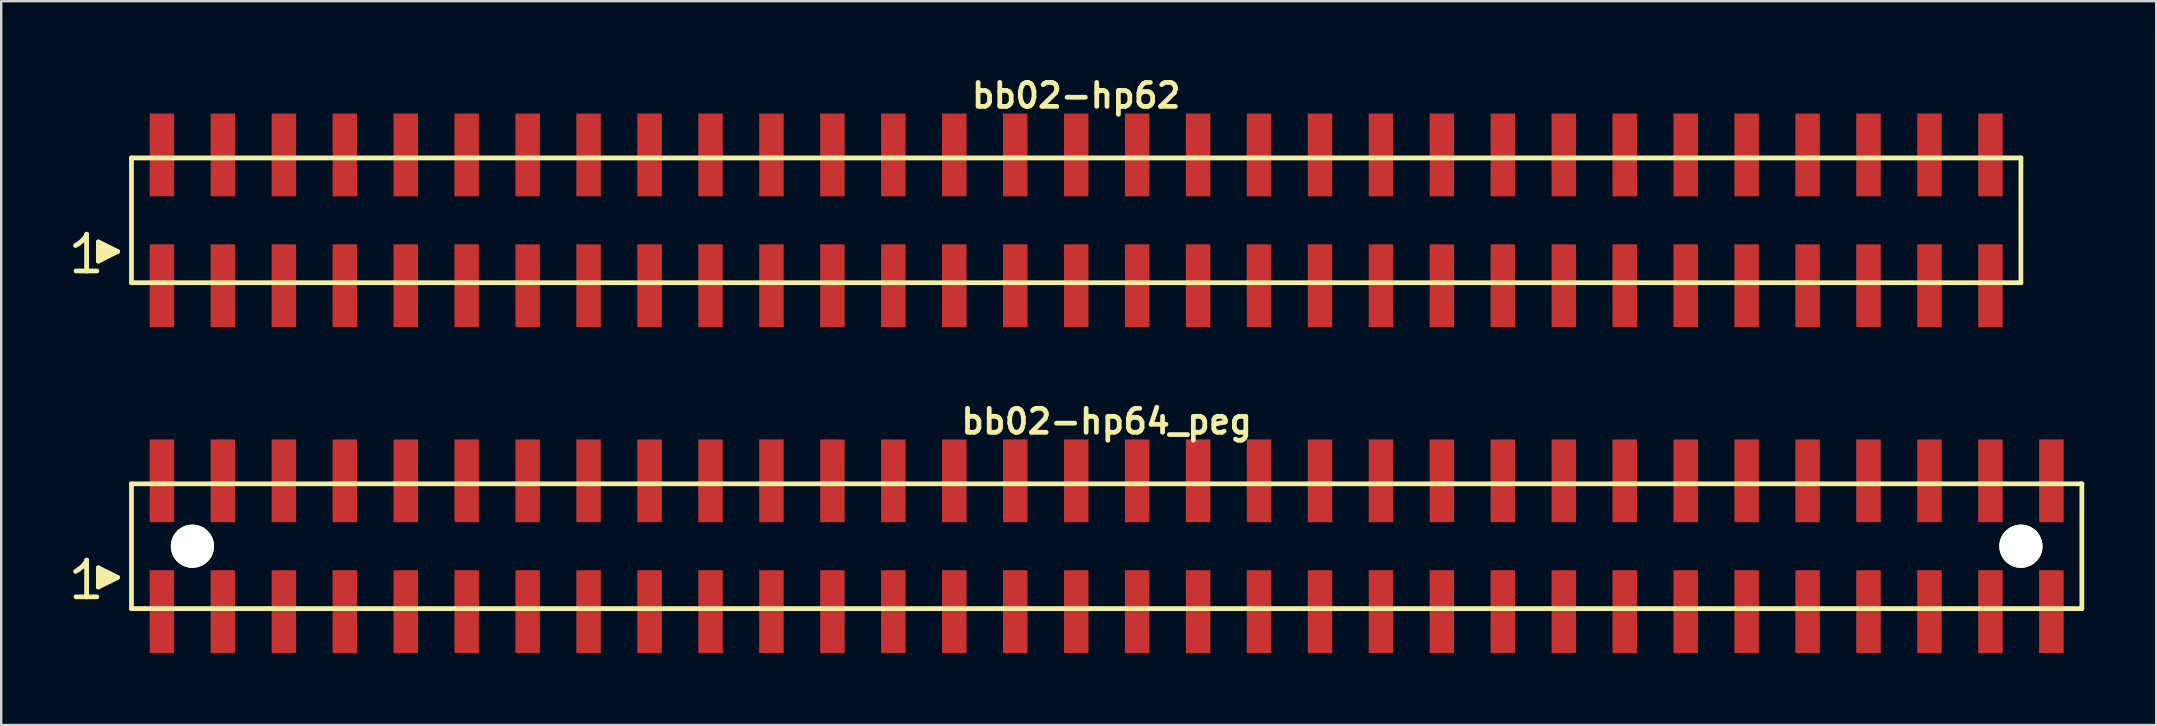
<source format=kicad_pcb>
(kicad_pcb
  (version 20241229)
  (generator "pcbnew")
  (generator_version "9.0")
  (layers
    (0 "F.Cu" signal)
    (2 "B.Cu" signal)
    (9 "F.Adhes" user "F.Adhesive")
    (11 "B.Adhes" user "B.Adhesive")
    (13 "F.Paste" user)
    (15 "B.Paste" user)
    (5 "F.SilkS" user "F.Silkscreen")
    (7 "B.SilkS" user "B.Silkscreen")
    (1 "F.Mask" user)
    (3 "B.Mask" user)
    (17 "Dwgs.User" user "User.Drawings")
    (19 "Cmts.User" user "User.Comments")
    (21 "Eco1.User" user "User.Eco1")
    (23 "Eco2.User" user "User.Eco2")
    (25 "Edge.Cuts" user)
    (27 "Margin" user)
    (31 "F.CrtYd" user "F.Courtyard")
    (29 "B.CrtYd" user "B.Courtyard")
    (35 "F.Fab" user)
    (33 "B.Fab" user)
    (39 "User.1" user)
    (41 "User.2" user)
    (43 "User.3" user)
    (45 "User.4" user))
  (footprint "bb02-hp62"
    (layer "F.Cu")
    (at 41.799 6.132)
    (property "Reference" "bb02-hp62" (at 0 -5.2 0) (layer "F.SilkS") (effects (font (size 0.998 0.998) (thickness 0.198))))
    (attr through_hole)
    (fp_line (start -41.7 1.05) (end -41.57 0.97) (stroke (width 0.198) (type solid)) (layer "F.SilkS"))
    (fp_line (start -41.57 0.97) (end -41.41 0.84) (stroke (width 0.198) (type solid)) (layer "F.SilkS"))
    (fp_line (start -41.41 0.84) (end -41.27 0.67) (stroke (width 0.198) (type solid)) (layer "F.SilkS"))
    (fp_line (start -41.27 0.67) (end -41.24 0.58) (stroke (width 0.198) (type solid)) (layer "F.SilkS"))
    (fp_line (start -41.24 0.58) (end -41.24 2.11) (stroke (width 0.198) (type solid)) (layer "F.SilkS"))
    (fp_line (start -41.24 2.11) (end -41.68 2.11) (stroke (width 0.198) (type solid)) (layer "F.SilkS"))
    (fp_line (start -40.81 2.11) (end -41.25 2.11) (stroke (width 0.198) (type solid)) (layer "F.SilkS"))
    (fp_line (start -40.75 0.9) (end -39.95 1.3) (stroke (width 0.198) (type solid)) (layer "F.SilkS"))
    (fp_line (start -40.75 1.7) (end -40.75 0.9) (stroke (width 0.198) (type solid)) (layer "F.SilkS"))
    (fp_line (start -40.65 1.6) (end -40.65 1) (stroke (width 0.198) (type solid)) (layer "F.SilkS"))
    (fp_line (start -40.55 1.1) (end -40.55 1.5) (stroke (width 0.198) (type solid)) (layer "F.SilkS"))
    (fp_line (start -40.45 1.5) (end -40.45 1.1) (stroke (width 0.198) (type solid)) (layer "F.SilkS"))
    (fp_line (start -40.35 1.2) (end -40.35 1.4) (stroke (width 0.198) (type solid)) (layer "F.SilkS"))
    (fp_line (start -40.25 1.4) (end -40.25 1.2) (stroke (width 0.198) (type solid)) (layer "F.SilkS"))
    (fp_line (start -39.95 1.3) (end -40.75 1.7) (stroke (width 0.198) (type solid)) (layer "F.SilkS"))
    (fp_line (start -39.37 -2.6) (end -39.37 2.6) (stroke (width 0.198) (type solid)) (layer "F.SilkS"))
    (fp_line (start -39.37 -2.6) (end 39.37 -2.6) (stroke (width 0.198) (type solid)) (layer "F.SilkS"))
    (fp_line (start 39.37 2.6) (end -39.37 2.6) (stroke (width 0.198) (type solid)) (layer "F.SilkS"))
    (fp_line (start 39.37 2.6) (end 39.37 -2.6) (stroke (width 0.198) (type solid)) (layer "F.SilkS"))
    (pad "1" smd rect (at -38.1 2.725) (size 1.02 3.45) (layers "F.Cu" "F.Mask" "F.Paste"))
    (pad "2" smd rect (at -38.1 -2.725) (size 1.02 3.45) (layers "F.Cu" "F.Mask" "F.Paste"))
    (pad "3" smd rect (at -35.56 2.725) (size 1.02 3.45) (layers "F.Cu" "F.Mask" "F.Paste"))
    (pad "4" smd rect (at -35.56 -2.725) (size 1.02 3.45) (layers "F.Cu" "F.Mask" "F.Paste"))
    (pad "5" smd rect (at -33.02 2.725) (size 1.02 3.45) (layers "F.Cu" "F.Mask" "F.Paste"))
    (pad "6" smd rect (at -33.02 -2.725) (size 1.02 3.45) (layers "F.Cu" "F.Mask" "F.Paste"))
    (pad "7" smd rect (at -30.48 2.725) (size 1.02 3.45) (layers "F.Cu" "F.Mask" "F.Paste"))
    (pad "8" smd rect (at -30.48 -2.725) (size 1.02 3.45) (layers "F.Cu" "F.Mask" "F.Paste"))
    (pad "9" smd rect (at -27.94 2.725) (size 1.02 3.45) (layers "F.Cu" "F.Mask" "F.Paste"))
    (pad "10" smd rect (at -27.94 -2.725) (size 1.02 3.45) (layers "F.Cu" "F.Mask" "F.Paste"))
    (pad "11" smd rect (at -25.4 2.725) (size 1.02 3.45) (layers "F.Cu" "F.Mask" "F.Paste"))
    (pad "12" smd rect (at -25.4 -2.725) (size 1.02 3.45) (layers "F.Cu" "F.Mask" "F.Paste"))
    (pad "13" smd rect (at -22.86 2.725) (size 1.02 3.45) (layers "F.Cu" "F.Mask" "F.Paste"))
    (pad "14" smd rect (at -22.86 -2.725) (size 1.02 3.45) (layers "F.Cu" "F.Mask" "F.Paste"))
    (pad "15" smd rect (at -20.32 2.725) (size 1.02 3.45) (layers "F.Cu" "F.Mask" "F.Paste"))
    (pad "16" smd rect (at -20.32 -2.725) (size 1.02 3.45) (layers "F.Cu" "F.Mask" "F.Paste"))
    (pad "17" smd rect (at -17.78 2.725) (size 1.02 3.45) (layers "F.Cu" "F.Mask" "F.Paste"))
    (pad "18" smd rect (at -17.78 -2.725) (size 1.02 3.45) (layers "F.Cu" "F.Mask" "F.Paste"))
    (pad "19" smd rect (at -15.24 2.725) (size 1.02 3.45) (layers "F.Cu" "F.Mask" "F.Paste"))
    (pad "20" smd rect (at -15.24 -2.725) (size 1.02 3.45) (layers "F.Cu" "F.Mask" "F.Paste"))
    (pad "21" smd rect (at -12.7 2.725) (size 1.02 3.45) (layers "F.Cu" "F.Mask" "F.Paste"))
    (pad "22" smd rect (at -12.7 -2.725) (size 1.02 3.45) (layers "F.Cu" "F.Mask" "F.Paste"))
    (pad "23" smd rect (at -10.16 2.725) (size 1.02 3.45) (layers "F.Cu" "F.Mask" "F.Paste"))
    (pad "24" smd rect (at -10.16 -2.725) (size 1.02 3.45) (layers "F.Cu" "F.Mask" "F.Paste"))
    (pad "25" smd rect (at -7.62 2.725) (size 1.02 3.45) (layers "F.Cu" "F.Mask" "F.Paste"))
    (pad "26" smd rect (at -7.62 -2.725) (size 1.02 3.45) (layers "F.Cu" "F.Mask" "F.Paste"))
    (pad "27" smd rect (at -5.08 2.725) (size 1.02 3.45) (layers "F.Cu" "F.Mask" "F.Paste"))
    (pad "28" smd rect (at -5.08 -2.725) (size 1.02 3.45) (layers "F.Cu" "F.Mask" "F.Paste"))
    (pad "29" smd rect (at -2.54 2.725) (size 1.02 3.45) (layers "F.Cu" "F.Mask" "F.Paste"))
    (pad "30" smd rect (at -2.54 -2.725) (size 1.02 3.45) (layers "F.Cu" "F.Mask" "F.Paste"))
    (pad "31" smd rect (at 0 2.725) (size 1.02 3.45) (layers "F.Cu" "F.Mask" "F.Paste"))
    (pad "32" smd rect (at 0 -2.725) (size 1.02 3.45) (layers "F.Cu" "F.Mask" "F.Paste"))
    (pad "33" smd rect (at 2.54 2.725) (size 1.02 3.45) (layers "F.Cu" "F.Mask" "F.Paste"))
    (pad "34" smd rect (at 2.54 -2.725) (size 1.02 3.45) (layers "F.Cu" "F.Mask" "F.Paste"))
    (pad "35" smd rect (at 5.08 2.725) (size 1.02 3.45) (layers "F.Cu" "F.Mask" "F.Paste"))
    (pad "36" smd rect (at 5.08 -2.725) (size 1.02 3.45) (layers "F.Cu" "F.Mask" "F.Paste"))
    (pad "37" smd rect (at 7.62 2.725) (size 1.02 3.45) (layers "F.Cu" "F.Mask" "F.Paste"))
    (pad "38" smd rect (at 7.62 -2.725) (size 1.02 3.45) (layers "F.Cu" "F.Mask" "F.Paste"))
    (pad "39" smd rect (at 10.16 2.725) (size 1.02 3.45) (layers "F.Cu" "F.Mask" "F.Paste"))
    (pad "40" smd rect (at 10.16 -2.725) (size 1.02 3.45) (layers "F.Cu" "F.Mask" "F.Paste"))
    (pad "41" smd rect (at 12.7 2.725) (size 1.02 3.45) (layers "F.Cu" "F.Mask" "F.Paste"))
    (pad "42" smd rect (at 12.7 -2.725) (size 1.02 3.45) (layers "F.Cu" "F.Mask" "F.Paste"))
    (pad "43" smd rect (at 15.24 2.725) (size 1.02 3.45) (layers "F.Cu" "F.Mask" "F.Paste"))
    (pad "44" smd rect (at 15.24 -2.725) (size 1.02 3.45) (layers "F.Cu" "F.Mask" "F.Paste"))
    (pad "45" smd rect (at 17.78 2.725) (size 1.02 3.45) (layers "F.Cu" "F.Mask" "F.Paste"))
    (pad "46" smd rect (at 17.78 -2.725) (size 1.02 3.45) (layers "F.Cu" "F.Mask" "F.Paste"))
    (pad "47" smd rect (at 20.32 2.725) (size 1.02 3.45) (layers "F.Cu" "F.Mask" "F.Paste"))
    (pad "48" smd rect (at 20.32 -2.725) (size 1.02 3.45) (layers "F.Cu" "F.Mask" "F.Paste"))
    (pad "49" smd rect (at 22.86 2.725) (size 1.02 3.45) (layers "F.Cu" "F.Mask" "F.Paste"))
    (pad "50" smd rect (at 22.86 -2.725) (size 1.02 3.45) (layers "F.Cu" "F.Mask" "F.Paste"))
    (pad "51" smd rect (at 25.4 2.725) (size 1.02 3.45) (layers "F.Cu" "F.Mask" "F.Paste"))
    (pad "52" smd rect (at 25.4 -2.725) (size 1.02 3.45) (layers "F.Cu" "F.Mask" "F.Paste"))
    (pad "53" smd rect (at 27.94 2.725) (size 1.02 3.45) (layers "F.Cu" "F.Mask" "F.Paste"))
    (pad "54" smd rect (at 27.94 -2.725) (size 1.02 3.45) (layers "F.Cu" "F.Mask" "F.Paste"))
    (pad "55" smd rect (at 30.48 2.725) (size 1.02 3.45) (layers "F.Cu" "F.Mask" "F.Paste"))
    (pad "56" smd rect (at 30.48 -2.725) (size 1.02 3.45) (layers "F.Cu" "F.Mask" "F.Paste"))
    (pad "57" smd rect (at 33.02 2.725) (size 1.02 3.45) (layers "F.Cu" "F.Mask" "F.Paste"))
    (pad "58" smd rect (at 33.02 -2.725) (size 1.02 3.45) (layers "F.Cu" "F.Mask" "F.Paste"))
    (pad "59" smd rect (at 35.56 2.725) (size 1.02 3.45) (layers "F.Cu" "F.Mask" "F.Paste"))
    (pad "60" smd rect (at 35.56 -2.725) (size 1.02 3.45) (layers "F.Cu" "F.Mask" "F.Paste"))
    (pad "61" smd rect (at 38.1 2.725) (size 1.02 3.45) (layers "F.Cu" "F.Mask" "F.Paste"))
    (pad "62" smd rect (at 38.1 -2.725) (size 1.02 3.45) (layers "F.Cu" "F.Mask" "F.Paste")))
  (footprint "bb02-hp64_peg"
    (layer "F.Cu")
    (at 43.069 19.713)
    (property "Reference" "bb02-hp64_peg" (at 0 -5.2 0) (layer "F.SilkS") (effects (font (size 0.998 0.998) (thickness 0.198))))
    (attr through_hole)
    (fp_line (start -42.97 1.05) (end -42.84 0.97) (stroke (width 0.198) (type solid)) (layer "F.SilkS"))
    (fp_line (start -42.84 0.97) (end -42.68 0.84) (stroke (width 0.198) (type solid)) (layer "F.SilkS"))
    (fp_line (start -42.68 0.84) (end -42.54 0.67) (stroke (width 0.198) (type solid)) (layer "F.SilkS"))
    (fp_line (start -42.54 0.67) (end -42.51 0.58) (stroke (width 0.198) (type solid)) (layer "F.SilkS"))
    (fp_line (start -42.51 0.58) (end -42.51 2.11) (stroke (width 0.198) (type solid)) (layer "F.SilkS"))
    (fp_line (start -42.51 2.11) (end -42.95 2.11) (stroke (width 0.198) (type solid)) (layer "F.SilkS"))
    (fp_line (start -42.08 2.11) (end -42.52 2.11) (stroke (width 0.198) (type solid)) (layer "F.SilkS"))
    (fp_line (start -42.02 0.9) (end -41.22 1.3) (stroke (width 0.198) (type solid)) (layer "F.SilkS"))
    (fp_line (start -42.02 1.7) (end -42.02 0.9) (stroke (width 0.198) (type solid)) (layer "F.SilkS"))
    (fp_line (start -41.92 1.6) (end -41.92 1) (stroke (width 0.198) (type solid)) (layer "F.SilkS"))
    (fp_line (start -41.82 1.1) (end -41.82 1.5) (stroke (width 0.198) (type solid)) (layer "F.SilkS"))
    (fp_line (start -41.72 1.5) (end -41.72 1.1) (stroke (width 0.198) (type solid)) (layer "F.SilkS"))
    (fp_line (start -41.62 1.2) (end -41.62 1.4) (stroke (width 0.198) (type solid)) (layer "F.SilkS"))
    (fp_line (start -41.52 1.4) (end -41.52 1.2) (stroke (width 0.198) (type solid)) (layer "F.SilkS"))
    (fp_line (start -41.22 1.3) (end -42.02 1.7) (stroke (width 0.198) (type solid)) (layer "F.SilkS"))
    (fp_line (start -40.64 -2.6) (end -40.64 2.6) (stroke (width 0.198) (type solid)) (layer "F.SilkS"))
    (fp_line (start -40.64 -2.6) (end 40.64 -2.6) (stroke (width 0.198) (type solid)) (layer "F.SilkS"))
    (fp_line (start 40.64 2.6) (end -40.64 2.6) (stroke (width 0.198) (type solid)) (layer "F.SilkS"))
    (fp_line (start 40.64 2.6) (end 40.64 -2.6) (stroke (width 0.198) (type solid)) (layer "F.SilkS"))
    (pad "" np_thru_hole circle (at -38.1 0) (size 1.8 1.8) (drill 1.8) (layers "*.Cu" "*.Mask" "F.SilkS"))
    (pad "" np_thru_hole circle (at 38.1 0) (size 1.8 1.8) (drill 1.8) (layers "*.Cu" "*.Mask" "F.SilkS"))
    (pad "1" smd rect (at -39.37 2.725) (size 1.02 3.45) (layers "F.Cu" "F.Mask" "F.Paste"))
    (pad "2" smd rect (at -39.37 -2.725) (size 1.02 3.45) (layers "F.Cu" "F.Mask" "F.Paste"))
    (pad "3" smd rect (at -36.83 2.725) (size 1.02 3.45) (layers "F.Cu" "F.Mask" "F.Paste"))
    (pad "4" smd rect (at -36.83 -2.725) (size 1.02 3.45) (layers "F.Cu" "F.Mask" "F.Paste"))
    (pad "5" smd rect (at -34.29 2.725) (size 1.02 3.45) (layers "F.Cu" "F.Mask" "F.Paste"))
    (pad "6" smd rect (at -34.29 -2.725) (size 1.02 3.45) (layers "F.Cu" "F.Mask" "F.Paste"))
    (pad "7" smd rect (at -31.75 2.725) (size 1.02 3.45) (layers "F.Cu" "F.Mask" "F.Paste"))
    (pad "8" smd rect (at -31.75 -2.725) (size 1.02 3.45) (layers "F.Cu" "F.Mask" "F.Paste"))
    (pad "9" smd rect (at -29.21 2.725) (size 1.02 3.45) (layers "F.Cu" "F.Mask" "F.Paste"))
    (pad "10" smd rect (at -29.21 -2.725) (size 1.02 3.45) (layers "F.Cu" "F.Mask" "F.Paste"))
    (pad "11" smd rect (at -26.67 2.725) (size 1.02 3.45) (layers "F.Cu" "F.Mask" "F.Paste"))
    (pad "12" smd rect (at -26.67 -2.725) (size 1.02 3.45) (layers "F.Cu" "F.Mask" "F.Paste"))
    (pad "13" smd rect (at -24.13 2.725) (size 1.02 3.45) (layers "F.Cu" "F.Mask" "F.Paste"))
    (pad "14" smd rect (at -24.13 -2.725) (size 1.02 3.45) (layers "F.Cu" "F.Mask" "F.Paste"))
    (pad "15" smd rect (at -21.59 2.725) (size 1.02 3.45) (layers "F.Cu" "F.Mask" "F.Paste"))
    (pad "16" smd rect (at -21.59 -2.725) (size 1.02 3.45) (layers "F.Cu" "F.Mask" "F.Paste"))
    (pad "17" smd rect (at -19.05 2.725) (size 1.02 3.45) (layers "F.Cu" "F.Mask" "F.Paste"))
    (pad "18" smd rect (at -19.05 -2.725) (size 1.02 3.45) (layers "F.Cu" "F.Mask" "F.Paste"))
    (pad "19" smd rect (at -16.51 2.725) (size 1.02 3.45) (layers "F.Cu" "F.Mask" "F.Paste"))
    (pad "20" smd rect (at -16.51 -2.725) (size 1.02 3.45) (layers "F.Cu" "F.Mask" "F.Paste"))
    (pad "21" smd rect (at -13.97 2.725) (size 1.02 3.45) (layers "F.Cu" "F.Mask" "F.Paste"))
    (pad "22" smd rect (at -13.97 -2.725) (size 1.02 3.45) (layers "F.Cu" "F.Mask" "F.Paste"))
    (pad "23" smd rect (at -11.43 2.725) (size 1.02 3.45) (layers "F.Cu" "F.Mask" "F.Paste"))
    (pad "24" smd rect (at -11.43 -2.725) (size 1.02 3.45) (layers "F.Cu" "F.Mask" "F.Paste"))
    (pad "25" smd rect (at -8.89 2.725) (size 1.02 3.45) (layers "F.Cu" "F.Mask" "F.Paste"))
    (pad "26" smd rect (at -8.89 -2.725) (size 1.02 3.45) (layers "F.Cu" "F.Mask" "F.Paste"))
    (pad "27" smd rect (at -6.35 2.725) (size 1.02 3.45) (layers "F.Cu" "F.Mask" "F.Paste"))
    (pad "28" smd rect (at -6.35 -2.725) (size 1.02 3.45) (layers "F.Cu" "F.Mask" "F.Paste"))
    (pad "29" smd rect (at -3.81 2.725) (size 1.02 3.45) (layers "F.Cu" "F.Mask" "F.Paste"))
    (pad "30" smd rect (at -3.81 -2.725) (size 1.02 3.45) (layers "F.Cu" "F.Mask" "F.Paste"))
    (pad "31" smd rect (at -1.27 2.725) (size 1.02 3.45) (layers "F.Cu" "F.Mask" "F.Paste"))
    (pad "32" smd rect (at -1.27 -2.725) (size 1.02 3.45) (layers "F.Cu" "F.Mask" "F.Paste"))
    (pad "33" smd rect (at 1.27 2.725) (size 1.02 3.45) (layers "F.Cu" "F.Mask" "F.Paste"))
    (pad "34" smd rect (at 1.27 -2.725) (size 1.02 3.45) (layers "F.Cu" "F.Mask" "F.Paste"))
    (pad "35" smd rect (at 3.81 2.725) (size 1.02 3.45) (layers "F.Cu" "F.Mask" "F.Paste"))
    (pad "36" smd rect (at 3.81 -2.725) (size 1.02 3.45) (layers "F.Cu" "F.Mask" "F.Paste"))
    (pad "37" smd rect (at 6.35 2.725) (size 1.02 3.45) (layers "F.Cu" "F.Mask" "F.Paste"))
    (pad "38" smd rect (at 6.35 -2.725) (size 1.02 3.45) (layers "F.Cu" "F.Mask" "F.Paste"))
    (pad "39" smd rect (at 8.89 2.725) (size 1.02 3.45) (layers "F.Cu" "F.Mask" "F.Paste"))
    (pad "40" smd rect (at 8.89 -2.725) (size 1.02 3.45) (layers "F.Cu" "F.Mask" "F.Paste"))
    (pad "41" smd rect (at 11.43 2.725) (size 1.02 3.45) (layers "F.Cu" "F.Mask" "F.Paste"))
    (pad "42" smd rect (at 11.43 -2.725) (size 1.02 3.45) (layers "F.Cu" "F.Mask" "F.Paste"))
    (pad "43" smd rect (at 13.97 2.725) (size 1.02 3.45) (layers "F.Cu" "F.Mask" "F.Paste"))
    (pad "44" smd rect (at 13.97 -2.725) (size 1.02 3.45) (layers "F.Cu" "F.Mask" "F.Paste"))
    (pad "45" smd rect (at 16.51 2.725) (size 1.02 3.45) (layers "F.Cu" "F.Mask" "F.Paste"))
    (pad "46" smd rect (at 16.51 -2.725) (size 1.02 3.45) (layers "F.Cu" "F.Mask" "F.Paste"))
    (pad "47" smd rect (at 19.05 2.725) (size 1.02 3.45) (layers "F.Cu" "F.Mask" "F.Paste"))
    (pad "48" smd rect (at 19.05 -2.725) (size 1.02 3.45) (layers "F.Cu" "F.Mask" "F.Paste"))
    (pad "49" smd rect (at 21.59 2.725) (size 1.02 3.45) (layers "F.Cu" "F.Mask" "F.Paste"))
    (pad "50" smd rect (at 21.59 -2.725) (size 1.02 3.45) (layers "F.Cu" "F.Mask" "F.Paste"))
    (pad "51" smd rect (at 24.13 2.725) (size 1.02 3.45) (layers "F.Cu" "F.Mask" "F.Paste"))
    (pad "52" smd rect (at 24.13 -2.725) (size 1.02 3.45) (layers "F.Cu" "F.Mask" "F.Paste"))
    (pad "53" smd rect (at 26.67 2.725) (size 1.02 3.45) (layers "F.Cu" "F.Mask" "F.Paste"))
    (pad "54" smd rect (at 26.67 -2.725) (size 1.02 3.45) (layers "F.Cu" "F.Mask" "F.Paste"))
    (pad "55" smd rect (at 29.21 2.725) (size 1.02 3.45) (layers "F.Cu" "F.Mask" "F.Paste"))
    (pad "56" smd rect (at 29.21 -2.725) (size 1.02 3.45) (layers "F.Cu" "F.Mask" "F.Paste"))
    (pad "57" smd rect (at 31.75 2.725) (size 1.02 3.45) (layers "F.Cu" "F.Mask" "F.Paste"))
    (pad "58" smd rect (at 31.75 -2.725) (size 1.02 3.45) (layers "F.Cu" "F.Mask" "F.Paste"))
    (pad "59" smd rect (at 34.29 2.725) (size 1.02 3.45) (layers "F.Cu" "F.Mask" "F.Paste"))
    (pad "60" smd rect (at 34.29 -2.725) (size 1.02 3.45) (layers "F.Cu" "F.Mask" "F.Paste"))
    (pad "61" smd rect (at 36.83 2.725) (size 1.02 3.45) (layers "F.Cu" "F.Mask" "F.Paste"))
    (pad "62" smd rect (at 36.83 -2.725) (size 1.02 3.45) (layers "F.Cu" "F.Mask" "F.Paste"))
    (pad "63" smd rect (at 39.37 2.725) (size 1.02 3.45) (layers "F.Cu" "F.Mask" "F.Paste"))
    (pad "64" smd rect (at 39.37 -2.725) (size 1.02 3.45) (layers "F.Cu" "F.Mask" "F.Paste")))
  (gr_rect
    (start -3 -3)
    (end 86.808 27.163)
    (stroke (width 0.1) (type default))
    (fill no)
    (layer "Edge.Cuts")))
</source>
